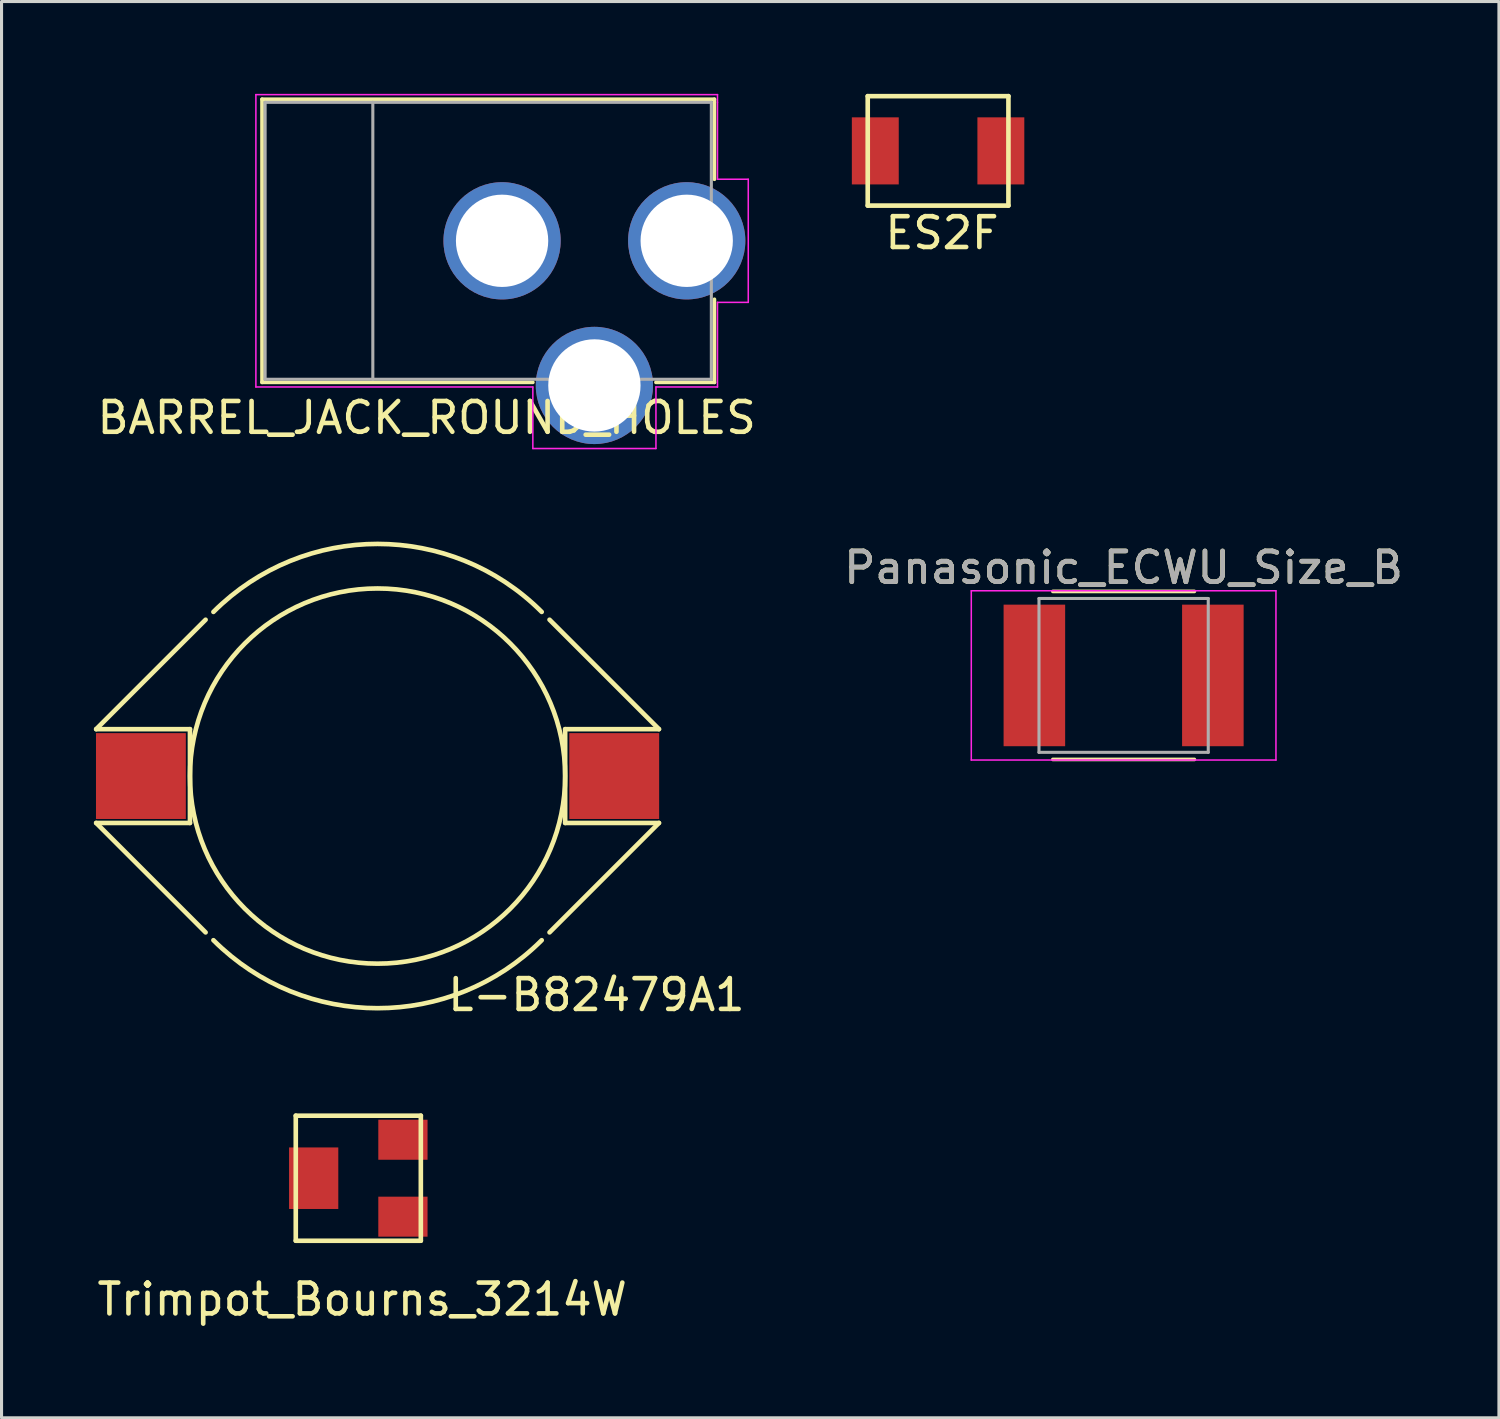
<source format=kicad_pcb>
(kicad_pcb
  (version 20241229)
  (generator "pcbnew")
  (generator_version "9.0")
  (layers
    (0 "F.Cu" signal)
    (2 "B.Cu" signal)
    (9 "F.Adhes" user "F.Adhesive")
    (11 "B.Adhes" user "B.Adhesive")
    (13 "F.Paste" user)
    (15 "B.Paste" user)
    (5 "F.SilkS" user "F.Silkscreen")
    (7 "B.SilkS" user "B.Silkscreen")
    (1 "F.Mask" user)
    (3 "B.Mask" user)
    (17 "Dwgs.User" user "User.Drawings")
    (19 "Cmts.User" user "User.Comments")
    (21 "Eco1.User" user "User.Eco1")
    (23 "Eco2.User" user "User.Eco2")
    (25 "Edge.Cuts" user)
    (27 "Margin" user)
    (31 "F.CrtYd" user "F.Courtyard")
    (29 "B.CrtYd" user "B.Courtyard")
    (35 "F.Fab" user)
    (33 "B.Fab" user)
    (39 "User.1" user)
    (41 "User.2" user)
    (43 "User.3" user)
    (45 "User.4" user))
  (footprint "ES2F"
    (layer "F.Cu")
    (at 27.433 1.853)
    (property "Reference" "ES2F" (at 0.127 2.667 0) (layer "F.SilkS") (effects (font (size 1 1) (thickness 0.15))))
    (attr through_hole)
    (fp_line (start -2.286 -1.778) (end -2.286 1.778) (stroke (width 0.15) (type solid)) (layer "F.SilkS"))
    (fp_line (start -2.286 1.778) (end 2.286 1.778) (stroke (width 0.15) (type solid)) (layer "F.SilkS"))
    (fp_line (start 2.286 -1.778) (end -2.286 -1.778) (stroke (width 0.15) (type solid)) (layer "F.SilkS"))
    (fp_line (start 2.286 1.778) (end 2.286 -1.778) (stroke (width 0.15) (type solid)) (layer "F.SilkS"))
    (pad "1" smd rect (at -2.04 0) (size 1.524 2.18) (layers "F.Cu" "F.Mask" "F.Paste"))
    (pad "2" smd rect (at 2.04 0) (size 1.524 2.18) (layers "F.Cu" "F.Mask" "F.Paste")))
  (footprint "Trimpot_Bourns_3214W"
    (layer "F.Cu")
    (at 8.593 35.236)
    (property "Reference" "Trimpot_Bourns_3214W" (at 0.127 3.937 0) (layer "F.SilkS") (effects (font (size 1 1) (thickness 0.15))))
    (attr through_hole)
    (fp_line (start -2.032 -2.032) (end -2.032 2.032) (stroke (width 0.15) (type solid)) (layer "F.SilkS"))
    (fp_line (start -2.032 2.032) (end 2.032 2.032) (stroke (width 0.15) (type solid)) (layer "F.SilkS"))
    (fp_line (start 2.032 -2.032) (end -2.032 -2.032) (stroke (width 0.15) (type solid)) (layer "F.SilkS"))
    (fp_line (start 2.032 2.032) (end 2.032 -2.032) (stroke (width 0.15) (type solid)) (layer "F.SilkS"))
    (pad "1" smd rect (at 1.45 -1.25) (size 1.6 1.3) (layers "F.Cu" "F.Mask" "F.Paste"))
    (pad "2" smd rect (at 1.45 1.25) (size 1.6 1.3) (layers "F.Cu" "F.Mask" "F.Paste"))
    (pad "3" smd rect (at -1.45 0) (size 1.6 2) (layers "F.Cu" "F.Mask" "F.Paste")))
  (footprint "Panasonic_ECWU_Size_B"
    (layer "F.Cu")
    (at 33.462 18.898)
    (property "Reference" "Panasonic_ECWU_Size_B" (at 0 -3.5 0) (layer "F.SilkS") (effects (font (size 1 1) (thickness 0.15))))
    (attr smd)
    (fp_line (start -2.3 2.73) (end 2.3 2.73) (stroke (width 0.12) (type solid)) (layer "F.SilkS"))
    (fp_line (start 2.3 -2.73) (end -2.3 -2.73) (stroke (width 0.12) (type solid)) (layer "F.SilkS"))
    (fp_line (start -4.95 -2.75) (end -4.95 2.75) (stroke (width 0.05) (type solid)) (layer "F.CrtYd"))
    (fp_line (start -4.95 -2.75) (end 4.95 -2.75) (stroke (width 0.05) (type solid)) (layer "F.CrtYd"))
    (fp_line (start 4.95 2.75) (end -4.95 2.75) (stroke (width 0.05) (type solid)) (layer "F.CrtYd"))
    (fp_line (start 4.95 2.75) (end 4.95 -2.75) (stroke (width 0.05) (type solid)) (layer "F.CrtYd"))
    (fp_line (start -2.75 -2.5) (end 2.75 -2.5) (stroke (width 0.1) (type solid)) (layer "F.Fab"))
    (fp_line (start -2.75 2.5) (end -2.75 -2.5) (stroke (width 0.1) (type solid)) (layer "F.Fab"))
    (fp_line (start 2.75 -2.5) (end 2.75 2.5) (stroke (width 0.1) (type solid)) (layer "F.Fab"))
    (fp_line (start 2.75 2.5) (end -2.75 2.5) (stroke (width 0.1) (type solid)) (layer "F.Fab"))
    (fp_text user "${REFERENCE}" (at 0 -3.5 0) (layer "F.Fab") (effects (font (size 1 1) (thickness 0.15))))
    (pad "1" smd rect (at -2.9 0) (size 2 4.6) (layers "F.Cu" "F.Mask" "F.Paste"))
    (pad "2" smd rect (at 2.9 0) (size 2 4.6) (layers "F.Cu" "F.Mask" "F.Paste")))
  (footprint "BARREL_JACK_ROUND_HOLES"
    (layer "F.Cu")
    (at 19.265 4.775)
    (property "Reference" "BARREL_JACK_ROUND_HOLES" (at -8.45 5.75 180) (layer "F.SilkS") (effects (font (size 1 1) (thickness 0.15))))
    (attr through_hole)
    (fp_line (start -13.8 -4.6) (end 0.9 -4.6) (stroke (width 0.12) (type solid)) (layer "F.SilkS"))
    (fp_line (start -13.8 4.6) (end -13.8 -4.6) (stroke (width 0.12) (type solid)) (layer "F.SilkS"))
    (fp_line (start -5 4.6) (end -13.8 4.6) (stroke (width 0.12) (type solid)) (layer "F.SilkS"))
    (fp_line (start 0.9 -4.6) (end 0.9 -2) (stroke (width 0.12) (type solid)) (layer "F.SilkS"))
    (fp_line (start 0.9 1.9) (end 0.9 4.6) (stroke (width 0.12) (type solid)) (layer "F.SilkS"))
    (fp_line (start 0.9 4.6) (end -1 4.6) (stroke (width 0.12) (type solid)) (layer "F.SilkS"))
    (fp_line (start -14 4.75) (end -14 -4.75) (stroke (width 0.05) (type solid)) (layer "F.CrtYd"))
    (fp_line (start -5 4.75) (end -14 4.75) (stroke (width 0.05) (type solid)) (layer "F.CrtYd"))
    (fp_line (start -5 6.75) (end -5 4.75) (stroke (width 0.05) (type solid)) (layer "F.CrtYd"))
    (fp_line (start -1 4.75) (end -1 6.75) (stroke (width 0.05) (type solid)) (layer "F.CrtYd"))
    (fp_line (start -1 6.75) (end -5 6.75) (stroke (width 0.05) (type solid)) (layer "F.CrtYd"))
    (fp_line (start 1 -4.75) (end -14 -4.75) (stroke (width 0.05) (type solid)) (layer "F.CrtYd"))
    (fp_line (start 1 -4.5) (end 1 -4.75) (stroke (width 0.05) (type solid)) (layer "F.CrtYd"))
    (fp_line (start 1 -4.5) (end 1 -2) (stroke (width 0.05) (type solid)) (layer "F.CrtYd"))
    (fp_line (start 1 -2) (end 2 -2) (stroke (width 0.05) (type solid)) (layer "F.CrtYd"))
    (fp_line (start 1 2) (end 1 4.75) (stroke (width 0.05) (type solid)) (layer "F.CrtYd"))
    (fp_line (start 1 4.75) (end -1 4.75) (stroke (width 0.05) (type solid)) (layer "F.CrtYd"))
    (fp_line (start 2 -2) (end 2 2) (stroke (width 0.05) (type solid)) (layer "F.CrtYd"))
    (fp_line (start 2 2) (end 1 2) (stroke (width 0.05) (type solid)) (layer "F.CrtYd"))
    (fp_line (start -13.7 -4.5) (end -13.7 4.5) (stroke (width 0.1) (type solid)) (layer "F.Fab"))
    (fp_line (start -13.7 4.5) (end 0.8 4.5) (stroke (width 0.1) (type solid)) (layer "F.Fab"))
    (fp_line (start -10.2 -4.5) (end -10.2 4.5) (stroke (width 0.1) (type solid)) (layer "F.Fab"))
    (fp_line (start 0.8 -4.5) (end -13.7 -4.5) (stroke (width 0.1) (type solid)) (layer "F.Fab"))
    (fp_line (start 0.8 4.5) (end 0.8 -4.5) (stroke (width 0.1) (type solid)) (layer "F.Fab"))
    (pad "1" thru_hole circle (at 0 0) (size 3.81 3.81) (drill 3) (layers "*.Cu" "*.Mask"))
    (pad "2" thru_hole circle (at -6 0) (size 3.81 3.81) (drill 3) (layers "*.Cu" "*.Mask"))
    (pad "3" thru_hole circle (at -3 4.7) (size 3.81 3.81) (drill 3) (layers "*.Cu" "*.Mask")))
  (footprint "L-B82479A1"
    (layer "F.Cu")
    (at 9.219 22.168)
    (property "Reference" "L-B82479A1" (at 7.112 7.112 0) (layer "F.SilkS") (effects (font (size 1 1) (thickness 0.15))))
    (attr through_hole)
    (fp_line (start -9.144 -1.524) (end -6.096 -1.524) (stroke (width 0.15) (type solid)) (layer "F.SilkS"))
    (fp_line (start -9.144 1.524) (end -5.588 5.08) (stroke (width 0.15) (type solid)) (layer "F.SilkS"))
    (fp_line (start -6.096 -1.524) (end -6.096 1.524) (stroke (width 0.15) (type solid)) (layer "F.SilkS"))
    (fp_line (start -6.096 1.524) (end -9.144 1.524) (stroke (width 0.15) (type solid)) (layer "F.SilkS"))
    (fp_line (start -5.588 -5.08) (end -9.144 -1.524) (stroke (width 0.15) (type solid)) (layer "F.SilkS"))
    (fp_line (start 5.588 -5.08) (end 9.144 -1.524) (stroke (width 0.15) (type solid)) (layer "F.SilkS"))
    (fp_line (start 6.096 -1.524) (end 6.096 1.524) (stroke (width 0.15) (type solid)) (layer "F.SilkS"))
    (fp_line (start 6.096 1.524) (end 9.144 1.524) (stroke (width 0.15) (type solid)) (layer "F.SilkS"))
    (fp_line (start 9.144 -1.524) (end 6.096 -1.524) (stroke (width 0.15) (type solid)) (layer "F.SilkS"))
    (fp_line (start 9.144 1.524) (end 5.588 5.08) (stroke (width 0.15) (type solid)) (layer "F.SilkS"))
    (fp_arc (start -5.334 -5.334) (mid 0 -7.543415) (end 5.334 -5.334) (stroke (width 0.15) (type solid)) (layer "F.SilkS"))
    (fp_arc (start 5.334 5.334) (mid 0 7.543415) (end -5.334 5.334) (stroke (width 0.15) (type solid)) (layer "F.SilkS"))
    (fp_circle (center 0 0) (end 6.096 0) (stroke (width 0.15) (type solid)) (fill no) (layer "F.SilkS"))
    (pad "1" smd rect (at -7.69 0) (size 2.92 2.79) (layers "F.Cu" "F.Mask" "F.Paste"))
    (pad "2" smd rect (at 7.69 0) (size 2.92 2.79) (layers "F.Cu" "F.Mask" "F.Paste")))
  (gr_rect
    (start -3 -3)
    (end 45.658 43.021)
    (stroke (width 0.1) (type default))
    (fill no)
    (layer "Edge.Cuts")))
</source>
